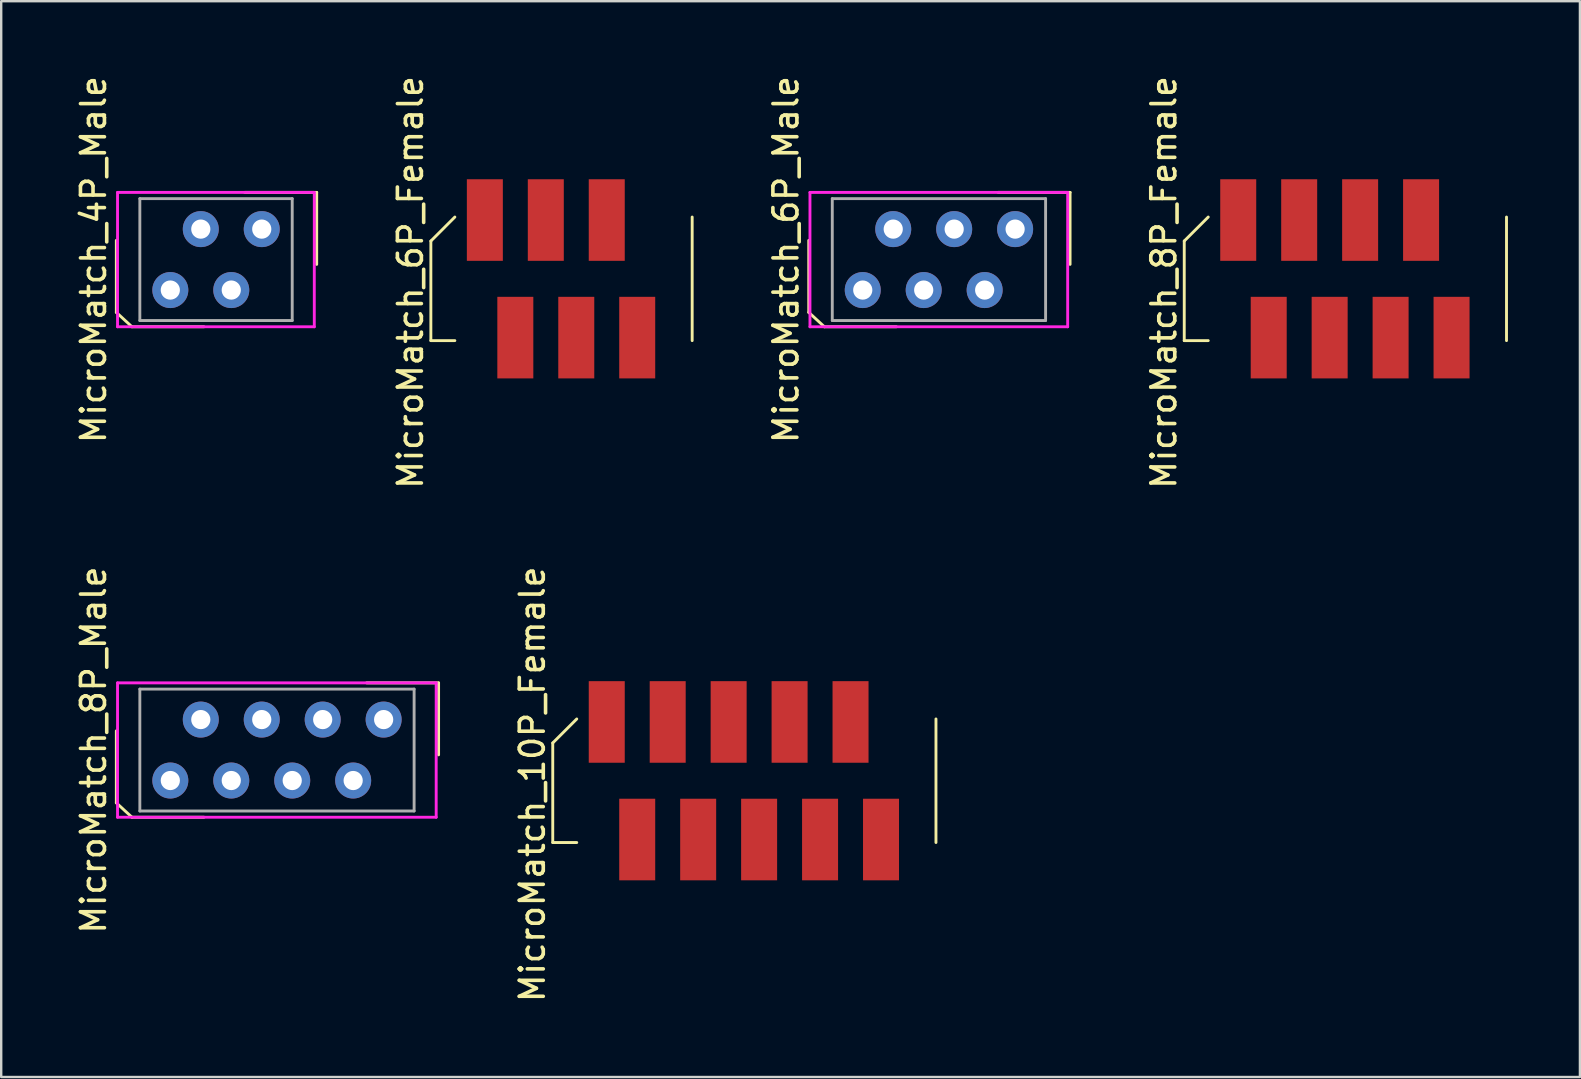
<source format=kicad_pcb>
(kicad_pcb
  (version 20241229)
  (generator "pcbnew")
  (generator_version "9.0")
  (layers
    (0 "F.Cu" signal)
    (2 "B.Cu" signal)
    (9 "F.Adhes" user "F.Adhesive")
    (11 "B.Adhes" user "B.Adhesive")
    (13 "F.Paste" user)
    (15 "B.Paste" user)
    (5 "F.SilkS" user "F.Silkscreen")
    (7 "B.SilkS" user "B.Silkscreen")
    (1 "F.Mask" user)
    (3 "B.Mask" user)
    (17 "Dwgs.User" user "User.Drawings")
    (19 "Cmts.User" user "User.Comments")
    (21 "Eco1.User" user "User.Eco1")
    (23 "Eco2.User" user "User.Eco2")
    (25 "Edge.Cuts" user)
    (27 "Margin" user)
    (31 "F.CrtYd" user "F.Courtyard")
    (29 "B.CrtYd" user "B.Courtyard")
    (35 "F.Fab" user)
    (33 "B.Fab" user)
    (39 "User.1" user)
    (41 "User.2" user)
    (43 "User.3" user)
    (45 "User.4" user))
  (footprint "MicroMatch_8P_Male"
    (layer "F.Cu")
    (at 8.493 28.208)
    (property "Reference" "MicroMatch_8P_Male" (at -7.645 0 90) (layer "F.SilkS") (effects (font (size 1 1) (thickness 0.15))))
    (attr through_hole)
    (fp_line (start -6.695 2.2) (end -6.695 -0.8) (stroke (width 0.12) (type solid)) (layer "F.SilkS"))
    (fp_line (start -6.045 2.8) (end -6.695 2.2) (stroke (width 0.12) (type solid)) (layer "F.SilkS"))
    (fp_line (start -6.045 2.8) (end -3.045 2.8) (stroke (width 0.12) (type solid)) (layer "F.SilkS"))
    (fp_line (start 3.735 -2.8) (end 6.735 -2.8) (stroke (width 0.12) (type solid)) (layer "F.SilkS"))
    (fp_line (start 6.735 0.2) (end 6.735 -2.8) (stroke (width 0.12) (type solid)) (layer "F.SilkS"))
    (fp_line (start -6.645 -2.8) (end -6.645 2.8) (stroke (width 0.12) (type solid)) (layer "F.CrtYd"))
    (fp_line (start -6.645 2.8) (end 6.635 2.8) (stroke (width 0.12) (type solid)) (layer "F.CrtYd"))
    (fp_line (start 6.635 -2.8) (end -6.645 -2.8) (stroke (width 0.12) (type solid)) (layer "F.CrtYd"))
    (fp_line (start 6.635 2.8) (end 6.635 -2.8) (stroke (width 0.12) (type solid)) (layer "F.CrtYd"))
    (fp_line (start -5.715 -2.54) (end 5.715 -2.54) (stroke (width 0.12) (type solid)) (layer "F.Fab"))
    (fp_line (start -5.715 2.54) (end -5.715 -2.54) (stroke (width 0.12) (type solid)) (layer "F.Fab"))
    (fp_line (start 5.715 -2.54) (end 5.715 2.54) (stroke (width 0.12) (type solid)) (layer "F.Fab"))
    (fp_line (start 5.715 2.54) (end -5.715 2.54) (stroke (width 0.12) (type solid)) (layer "F.Fab"))
    (pad "1" thru_hole circle (at -4.445 1.27 90) (size 1.5 1.5) (drill 0.8) (layers "*.Cu" "*.Mask"))
    (pad "2" thru_hole circle (at -3.175 -1.27 90) (size 1.5 1.5) (drill 0.8) (layers "*.Cu" "*.Mask"))
    (pad "3" thru_hole circle (at -1.905 1.27 90) (size 1.5 1.5) (drill 0.8) (layers "*.Cu" "*.Mask"))
    (pad "4" thru_hole circle (at -0.635 -1.27 90) (size 1.5 1.5) (drill 0.8) (layers "*.Cu" "*.Mask"))
    (pad "5" thru_hole circle (at 0.635 1.27 90) (size 1.5 1.5) (drill 0.8) (layers "*.Cu" "*.Mask"))
    (pad "6" thru_hole circle (at 1.905 -1.27 90) (size 1.5 1.5) (drill 0.8) (layers "*.Cu" "*.Mask"))
    (pad "7" thru_hole circle (at 3.175 1.27 90) (size 1.5 1.5) (drill 0.8) (layers "*.Cu" "*.Mask"))
    (pad "8" thru_hole circle (at 4.445 -1.27 90) (size 1.5 1.5) (drill 0.8) (layers "*.Cu" "*.Mask")))
  (footprint "MicroMatch_4P_Male"
    (layer "F.Cu")
    (at 5.953 7.768)
    (property "Reference" "MicroMatch_4P_Male" (at -5.105 0 90) (layer "F.SilkS") (effects (font (size 1 1) (thickness 0.15))))
    (attr through_hole)
    (fp_line (start -4.155 2.2) (end -4.155 -0.8) (stroke (width 0.12) (type solid)) (layer "F.SilkS"))
    (fp_line (start -3.505 2.8) (end -4.155 2.2) (stroke (width 0.12) (type solid)) (layer "F.SilkS"))
    (fp_line (start -3.505 2.8) (end -0.505 2.8) (stroke (width 0.12) (type solid)) (layer "F.SilkS"))
    (fp_line (start 1.195 -2.8) (end 4.195 -2.8) (stroke (width 0.12) (type solid)) (layer "F.SilkS"))
    (fp_line (start 4.195 0.2) (end 4.195 -2.8) (stroke (width 0.12) (type solid)) (layer "F.SilkS"))
    (fp_line (start -4.105 -2.8) (end -4.105 2.8) (stroke (width 0.12) (type solid)) (layer "F.CrtYd"))
    (fp_line (start -4.105 2.8) (end 4.095 2.8) (stroke (width 0.12) (type solid)) (layer "F.CrtYd"))
    (fp_line (start 4.095 -2.8) (end -4.105 -2.8) (stroke (width 0.12) (type solid)) (layer "F.CrtYd"))
    (fp_line (start 4.095 2.8) (end 4.095 -2.8) (stroke (width 0.12) (type solid)) (layer "F.CrtYd"))
    (fp_line (start -3.175 -2.54) (end 3.175 -2.54) (stroke (width 0.12) (type solid)) (layer "F.Fab"))
    (fp_line (start -3.175 2.54) (end -3.175 -2.54) (stroke (width 0.12) (type solid)) (layer "F.Fab"))
    (fp_line (start 3.175 -2.54) (end 3.175 2.54) (stroke (width 0.12) (type solid)) (layer "F.Fab"))
    (fp_line (start 3.175 2.54) (end -3.175 2.54) (stroke (width 0.12) (type solid)) (layer "F.Fab"))
    (pad "1" thru_hole circle (at -1.905 1.27 90) (size 1.5 1.5) (drill 0.8) (layers "*.Cu" "*.Mask"))
    (pad "2" thru_hole circle (at -0.635 -1.27 90) (size 1.5 1.5) (drill 0.8) (layers "*.Cu" "*.Mask"))
    (pad "3" thru_hole circle (at 0.635 1.27 90) (size 1.5 1.5) (drill 0.8) (layers "*.Cu" "*.Mask"))
    (pad "4" thru_hole circle (at 1.905 -1.27 90) (size 1.5 1.5) (drill 0.8) (layers "*.Cu" "*.Mask")))
  (footprint "MicroMatch_6P_Male"
    (layer "F.Cu")
    (at 36.08 7.768)
    (property "Reference" "MicroMatch_6P_Male" (at -6.375 0 90) (layer "F.SilkS") (effects (font (size 1 1) (thickness 0.15))))
    (attr through_hole)
    (fp_line (start -5.425 2.2) (end -5.425 -0.8) (stroke (width 0.12) (type solid)) (layer "F.SilkS"))
    (fp_line (start -4.775 2.8) (end -5.425 2.2) (stroke (width 0.12) (type solid)) (layer "F.SilkS"))
    (fp_line (start -4.775 2.8) (end -1.775 2.8) (stroke (width 0.12) (type solid)) (layer "F.SilkS"))
    (fp_line (start 2.465 -2.8) (end 5.465 -2.8) (stroke (width 0.12) (type solid)) (layer "F.SilkS"))
    (fp_line (start 5.465 0.2) (end 5.465 -2.8) (stroke (width 0.12) (type solid)) (layer "F.SilkS"))
    (fp_line (start -5.375 -2.8) (end -5.375 2.8) (stroke (width 0.12) (type solid)) (layer "F.CrtYd"))
    (fp_line (start -5.375 2.8) (end 5.365 2.8) (stroke (width 0.12) (type solid)) (layer "F.CrtYd"))
    (fp_line (start 5.365 -2.8) (end -5.375 -2.8) (stroke (width 0.12) (type solid)) (layer "F.CrtYd"))
    (fp_line (start 5.365 2.8) (end 5.365 -2.8) (stroke (width 0.12) (type solid)) (layer "F.CrtYd"))
    (fp_line (start -4.445 -2.54) (end 4.445 -2.54) (stroke (width 0.12) (type solid)) (layer "F.Fab"))
    (fp_line (start -4.445 2.54) (end -4.445 -2.54) (stroke (width 0.12) (type solid)) (layer "F.Fab"))
    (fp_line (start 4.445 -2.54) (end 4.445 2.54) (stroke (width 0.12) (type solid)) (layer "F.Fab"))
    (fp_line (start 4.445 2.54) (end -4.445 2.54) (stroke (width 0.12) (type solid)) (layer "F.Fab"))
    (pad "1" thru_hole circle (at -3.175 1.27 90) (size 1.5 1.5) (drill 0.8) (layers "*.Cu" "*.Mask"))
    (pad "2" thru_hole circle (at -1.905 -1.27 90) (size 1.5 1.5) (drill 0.8) (layers "*.Cu" "*.Mask"))
    (pad "3" thru_hole circle (at -0.635 1.27 90) (size 1.5 1.5) (drill 0.8) (layers "*.Cu" "*.Mask"))
    (pad "4" thru_hole circle (at 0.635 -1.27 90) (size 1.5 1.5) (drill 0.8) (layers "*.Cu" "*.Mask"))
    (pad "5" thru_hole circle (at 1.905 1.27 90) (size 1.5 1.5) (drill 0.8) (layers "*.Cu" "*.Mask"))
    (pad "6" thru_hole circle (at 3.175 -1.27 90) (size 1.5 1.5) (drill 0.8) (layers "*.Cu" "*.Mask")))
  (footprint "MicroMatch_10P_Female"
    (layer "F.Cu")
    (at 27.951 29.487)
    (property "Reference" "MicroMatch_10P_Female" (at -8.815 0.15 90) (layer "F.SilkS") (effects (font (size 1 1) (thickness 0.15))))
    (attr through_hole)
    (fp_line (start -7.965 -1.575) (end -7.965 2.575) (stroke (width 0.12) (type solid)) (layer "F.SilkS"))
    (fp_line (start -7.965 -1.575) (end -6.965 -2.575) (stroke (width 0.12) (type solid)) (layer "F.SilkS"))
    (fp_line (start -7.965 2.575) (end -6.965 2.575) (stroke (width 0.12) (type solid)) (layer "F.SilkS"))
    (fp_line (start 8.005 -2.575) (end 8.005 2.575) (stroke (width 0.12) (type solid)) (layer "F.SilkS"))
    (pad "1" smd rect (at -5.715 -2.45 180) (size 1.5 3.4) (layers "F.Cu" "F.Mask" "F.Paste"))
    (pad "2" smd rect (at -4.445 2.45 180) (size 1.5 3.4) (layers "F.Cu" "F.Mask" "F.Paste"))
    (pad "3" smd rect (at -3.175 -2.45 180) (size 1.5 3.4) (layers "F.Cu" "F.Mask" "F.Paste"))
    (pad "4" smd rect (at -1.905 2.45 180) (size 1.5 3.4) (layers "F.Cu" "F.Mask" "F.Paste"))
    (pad "5" smd rect (at -0.635 -2.45 180) (size 1.5 3.4) (layers "F.Cu" "F.Mask" "F.Paste"))
    (pad "6" smd rect (at 0.635 2.45 180) (size 1.5 3.4) (layers "F.Cu" "F.Mask" "F.Paste"))
    (pad "7" smd rect (at 1.905 -2.45 180) (size 1.5 3.4) (layers "F.Cu" "F.Mask" "F.Paste"))
    (pad "8" smd rect (at 3.175 2.45 180) (size 1.5 3.4) (layers "F.Cu" "F.Mask" "F.Paste"))
    (pad "9" smd rect (at 4.445 -2.45 180) (size 1.5 3.4) (layers "F.Cu" "F.Mask" "F.Paste"))
    (pad "10" smd rect (at 5.715 2.45 180) (size 1.5 3.4) (layers "F.Cu" "F.Mask" "F.Paste")))
  (footprint "MicroMatch_8P_Female"
    (layer "F.Cu")
    (at 52.998 8.57)
    (property "Reference" "MicroMatch_8P_Female" (at -7.545 0.15 90) (layer "F.SilkS") (effects (font (size 1 1) (thickness 0.15))))
    (attr through_hole)
    (fp_line (start -6.695 -1.575) (end -6.695 2.575) (stroke (width 0.12) (type solid)) (layer "F.SilkS"))
    (fp_line (start -6.695 -1.575) (end -5.695 -2.575) (stroke (width 0.12) (type solid)) (layer "F.SilkS"))
    (fp_line (start -6.695 2.575) (end -5.695 2.575) (stroke (width 0.12) (type solid)) (layer "F.SilkS"))
    (fp_line (start 6.735 -2.575) (end 6.735 2.575) (stroke (width 0.12) (type solid)) (layer "F.SilkS"))
    (pad "1" smd rect (at -4.445 -2.45 180) (size 1.5 3.4) (layers "F.Cu" "F.Mask" "F.Paste"))
    (pad "2" smd rect (at -3.175 2.45 180) (size 1.5 3.4) (layers "F.Cu" "F.Mask" "F.Paste"))
    (pad "3" smd rect (at -1.905 -2.45 180) (size 1.5 3.4) (layers "F.Cu" "F.Mask" "F.Paste"))
    (pad "4" smd rect (at -0.635 2.45 180) (size 1.5 3.4) (layers "F.Cu" "F.Mask" "F.Paste"))
    (pad "5" smd rect (at 0.635 -2.45 180) (size 1.5 3.4) (layers "F.Cu" "F.Mask" "F.Paste"))
    (pad "6" smd rect (at 1.905 2.45 180) (size 1.5 3.4) (layers "F.Cu" "F.Mask" "F.Paste"))
    (pad "7" smd rect (at 3.175 -2.45 180) (size 1.5 3.4) (layers "F.Cu" "F.Mask" "F.Paste"))
    (pad "8" smd rect (at 4.445 2.45 180) (size 1.5 3.4) (layers "F.Cu" "F.Mask" "F.Paste")))
  (footprint "MicroMatch_6P_Female"
    (layer "F.Cu")
    (at 20.331 8.57)
    (property "Reference" "MicroMatch_6P_Female" (at -6.275 0.15 90) (layer "F.SilkS") (effects (font (size 1 1) (thickness 0.15))))
    (attr through_hole)
    (fp_line (start -5.425 -1.575) (end -5.425 2.575) (stroke (width 0.12) (type solid)) (layer "F.SilkS"))
    (fp_line (start -5.425 -1.575) (end -4.425 -2.575) (stroke (width 0.12) (type solid)) (layer "F.SilkS"))
    (fp_line (start -5.425 2.575) (end -4.425 2.575) (stroke (width 0.12) (type solid)) (layer "F.SilkS"))
    (fp_line (start 5.465 -2.575) (end 5.465 2.575) (stroke (width 0.12) (type solid)) (layer "F.SilkS"))
    (pad "1" smd rect (at -3.175 -2.45 180) (size 1.5 3.4) (layers "F.Cu" "F.Mask" "F.Paste"))
    (pad "2" smd rect (at -1.905 2.45 180) (size 1.5 3.4) (layers "F.Cu" "F.Mask" "F.Paste"))
    (pad "3" smd rect (at -0.635 -2.45 180) (size 1.5 3.4) (layers "F.Cu" "F.Mask" "F.Paste"))
    (pad "4" smd rect (at 0.635 2.45 180) (size 1.5 3.4) (layers "F.Cu" "F.Mask" "F.Paste"))
    (pad "5" smd rect (at 1.905 -2.45 180) (size 1.5 3.4) (layers "F.Cu" "F.Mask" "F.Paste"))
    (pad "6" smd rect (at 3.175 2.45 180) (size 1.5 3.4) (layers "F.Cu" "F.Mask" "F.Paste")))
  (gr_rect
    (start -3 -3)
    (end 62.793 41.833)
    (stroke (width 0.1) (type default))
    (fill no)
    (layer "Edge.Cuts")))
</source>
